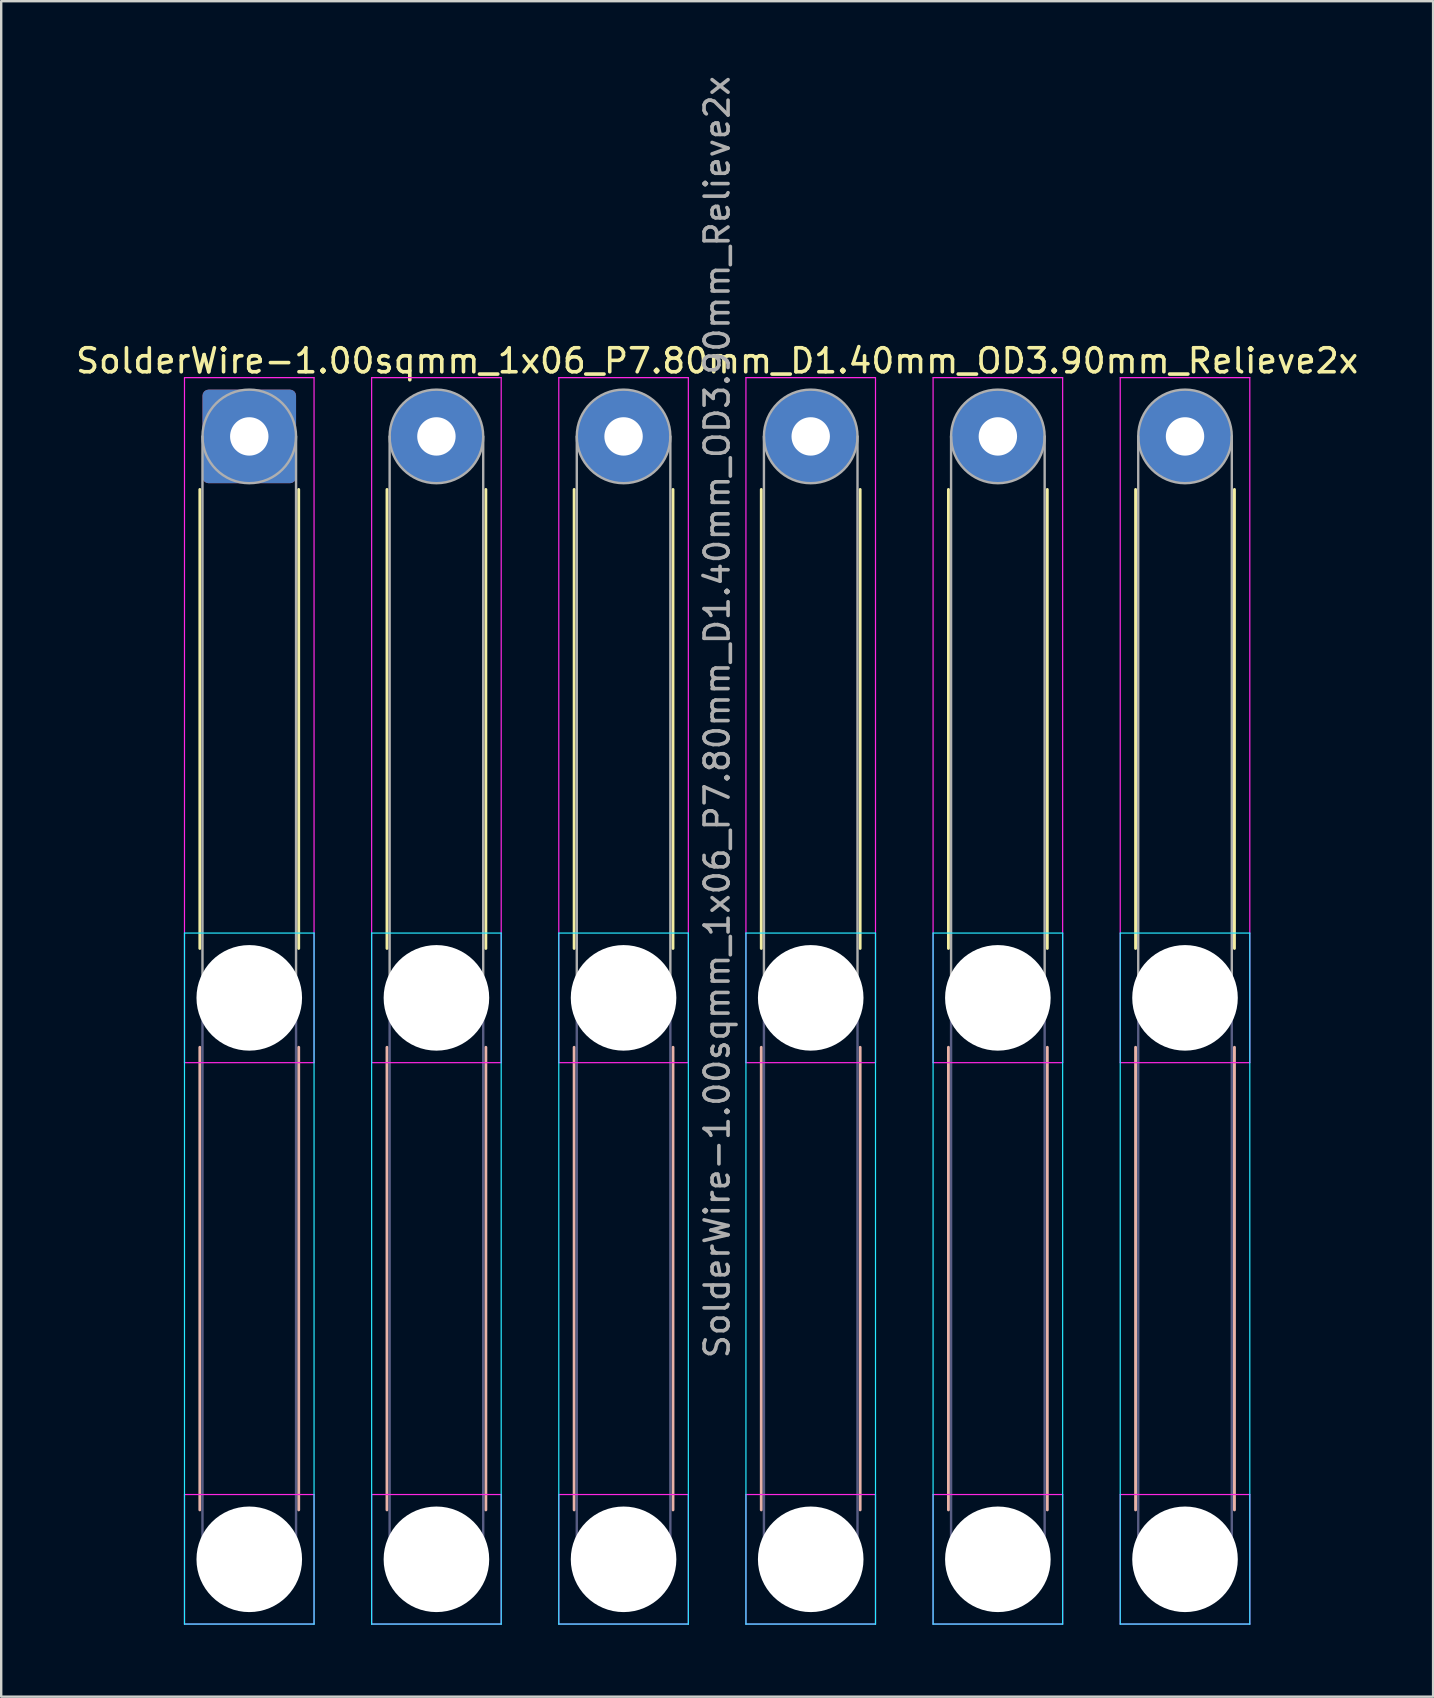
<source format=kicad_pcb>
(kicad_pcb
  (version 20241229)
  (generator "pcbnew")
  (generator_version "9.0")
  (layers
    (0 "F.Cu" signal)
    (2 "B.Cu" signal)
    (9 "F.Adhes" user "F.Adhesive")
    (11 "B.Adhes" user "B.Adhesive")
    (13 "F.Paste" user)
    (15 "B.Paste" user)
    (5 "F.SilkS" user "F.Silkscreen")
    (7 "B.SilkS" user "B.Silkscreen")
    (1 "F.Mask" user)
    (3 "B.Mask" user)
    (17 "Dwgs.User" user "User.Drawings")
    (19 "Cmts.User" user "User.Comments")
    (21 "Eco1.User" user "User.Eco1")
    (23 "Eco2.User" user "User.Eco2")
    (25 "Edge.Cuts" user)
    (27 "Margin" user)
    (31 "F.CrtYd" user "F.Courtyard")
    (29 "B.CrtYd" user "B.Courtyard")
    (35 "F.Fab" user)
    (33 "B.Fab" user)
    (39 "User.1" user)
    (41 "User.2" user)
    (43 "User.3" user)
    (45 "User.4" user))
  (footprint "SolderWire-1.00sqmm_1x06_P7.80mm_D1.40mm_OD3.90mm_Relieve2x"
    (layer "F.Cu")
    (at 7.339 15.139)
    (property "Reference" "SolderWire-1.00sqmm_1x06_P7.80mm_D1.40mm_OD3.90mm_Relieve2x" (at 19.5 -3.15 0) (layer "F.SilkS") (effects (font (size 1 1) (thickness 0.15))))
    (attr exclude_from_pos_files exclude_from_bom)
    (fp_line (start -2.06 2.21) (end -2.06 21.34) (stroke (width 0.12) (type solid)) (layer "F.SilkS"))
    (fp_line (start 2.06 2.21) (end 2.06 21.34) (stroke (width 0.12) (type solid)) (layer "F.SilkS"))
    (fp_line (start 5.74 2.21) (end 5.74 21.34) (stroke (width 0.12) (type solid)) (layer "F.SilkS"))
    (fp_line (start 9.86 2.21) (end 9.86 21.34) (stroke (width 0.12) (type solid)) (layer "F.SilkS"))
    (fp_line (start 13.54 2.21) (end 13.54 21.34) (stroke (width 0.12) (type solid)) (layer "F.SilkS"))
    (fp_line (start 17.66 2.21) (end 17.66 21.34) (stroke (width 0.12) (type solid)) (layer "F.SilkS"))
    (fp_line (start 21.34 2.21) (end 21.34 21.34) (stroke (width 0.12) (type solid)) (layer "F.SilkS"))
    (fp_line (start 25.46 2.21) (end 25.46 21.34) (stroke (width 0.12) (type solid)) (layer "F.SilkS"))
    (fp_line (start 29.14 2.21) (end 29.14 21.34) (stroke (width 0.12) (type solid)) (layer "F.SilkS"))
    (fp_line (start 33.26 2.21) (end 33.26 21.34) (stroke (width 0.12) (type solid)) (layer "F.SilkS"))
    (fp_line (start 36.94 2.21) (end 36.94 21.34) (stroke (width 0.12) (type solid)) (layer "F.SilkS"))
    (fp_line (start 41.06 2.21) (end 41.06 21.34) (stroke (width 0.12) (type solid)) (layer "F.SilkS"))
    (fp_line (start -2.06 25.46) (end -2.06 44.74) (stroke (width 0.12) (type solid)) (layer "B.SilkS"))
    (fp_line (start 2.06 25.46) (end 2.06 44.74) (stroke (width 0.12) (type solid)) (layer "B.SilkS"))
    (fp_line (start 5.74 25.46) (end 5.74 44.74) (stroke (width 0.12) (type solid)) (layer "B.SilkS"))
    (fp_line (start 9.86 25.46) (end 9.86 44.74) (stroke (width 0.12) (type solid)) (layer "B.SilkS"))
    (fp_line (start 13.54 25.46) (end 13.54 44.74) (stroke (width 0.12) (type solid)) (layer "B.SilkS"))
    (fp_line (start 17.66 25.46) (end 17.66 44.74) (stroke (width 0.12) (type solid)) (layer "B.SilkS"))
    (fp_line (start 21.34 25.46) (end 21.34 44.74) (stroke (width 0.12) (type solid)) (layer "B.SilkS"))
    (fp_line (start 25.46 25.46) (end 25.46 44.74) (stroke (width 0.12) (type solid)) (layer "B.SilkS"))
    (fp_line (start 29.14 25.46) (end 29.14 44.74) (stroke (width 0.12) (type solid)) (layer "B.SilkS"))
    (fp_line (start 33.26 25.46) (end 33.26 44.74) (stroke (width 0.12) (type solid)) (layer "B.SilkS"))
    (fp_line (start 36.94 25.46) (end 36.94 44.74) (stroke (width 0.12) (type solid)) (layer "B.SilkS"))
    (fp_line (start 41.06 25.46) (end 41.06 44.74) (stroke (width 0.12) (type solid)) (layer "B.SilkS"))
    (fp_line (start -2.7 20.7) (end -2.7 49.5) (stroke (width 0.05) (type solid)) (layer "B.CrtYd"))
    (fp_line (start -2.7 49.5) (end 2.7 49.5) (stroke (width 0.05) (type solid)) (layer "B.CrtYd"))
    (fp_line (start 2.7 20.7) (end -2.7 20.7) (stroke (width 0.05) (type solid)) (layer "B.CrtYd"))
    (fp_line (start 2.7 49.5) (end 2.7 20.7) (stroke (width 0.05) (type solid)) (layer "B.CrtYd"))
    (fp_line (start 5.1 20.7) (end 5.1 49.5) (stroke (width 0.05) (type solid)) (layer "B.CrtYd"))
    (fp_line (start 5.1 49.5) (end 10.5 49.5) (stroke (width 0.05) (type solid)) (layer "B.CrtYd"))
    (fp_line (start 10.5 20.7) (end 5.1 20.7) (stroke (width 0.05) (type solid)) (layer "B.CrtYd"))
    (fp_line (start 10.5 49.5) (end 10.5 20.7) (stroke (width 0.05) (type solid)) (layer "B.CrtYd"))
    (fp_line (start 12.9 20.7) (end 12.9 49.5) (stroke (width 0.05) (type solid)) (layer "B.CrtYd"))
    (fp_line (start 12.9 49.5) (end 18.3 49.5) (stroke (width 0.05) (type solid)) (layer "B.CrtYd"))
    (fp_line (start 18.3 20.7) (end 12.9 20.7) (stroke (width 0.05) (type solid)) (layer "B.CrtYd"))
    (fp_line (start 18.3 49.5) (end 18.3 20.7) (stroke (width 0.05) (type solid)) (layer "B.CrtYd"))
    (fp_line (start 20.7 20.7) (end 20.7 49.5) (stroke (width 0.05) (type solid)) (layer "B.CrtYd"))
    (fp_line (start 20.7 49.5) (end 26.1 49.5) (stroke (width 0.05) (type solid)) (layer "B.CrtYd"))
    (fp_line (start 26.1 20.7) (end 20.7 20.7) (stroke (width 0.05) (type solid)) (layer "B.CrtYd"))
    (fp_line (start 26.1 49.5) (end 26.1 20.7) (stroke (width 0.05) (type solid)) (layer "B.CrtYd"))
    (fp_line (start 28.5 20.7) (end 28.5 49.5) (stroke (width 0.05) (type solid)) (layer "B.CrtYd"))
    (fp_line (start 28.5 49.5) (end 33.9 49.5) (stroke (width 0.05) (type solid)) (layer "B.CrtYd"))
    (fp_line (start 33.9 20.7) (end 28.5 20.7) (stroke (width 0.05) (type solid)) (layer "B.CrtYd"))
    (fp_line (start 33.9 49.5) (end 33.9 20.7) (stroke (width 0.05) (type solid)) (layer "B.CrtYd"))
    (fp_line (start 36.3 20.7) (end 36.3 49.5) (stroke (width 0.05) (type solid)) (layer "B.CrtYd"))
    (fp_line (start 36.3 49.5) (end 41.7 49.5) (stroke (width 0.05) (type solid)) (layer "B.CrtYd"))
    (fp_line (start 41.7 20.7) (end 36.3 20.7) (stroke (width 0.05) (type solid)) (layer "B.CrtYd"))
    (fp_line (start 41.7 49.5) (end 41.7 20.7) (stroke (width 0.05) (type solid)) (layer "B.CrtYd"))
    (fp_line (start -2.7 -2.45) (end -2.7 26.1) (stroke (width 0.05) (type solid)) (layer "F.CrtYd"))
    (fp_line (start -2.7 26.1) (end 2.7 26.1) (stroke (width 0.05) (type solid)) (layer "F.CrtYd"))
    (fp_line (start -2.7 44.1) (end -2.7 49.5) (stroke (width 0.05) (type solid)) (layer "F.CrtYd"))
    (fp_line (start -2.7 49.5) (end 2.7 49.5) (stroke (width 0.05) (type solid)) (layer "F.CrtYd"))
    (fp_line (start 2.7 -2.45) (end -2.7 -2.45) (stroke (width 0.05) (type solid)) (layer "F.CrtYd"))
    (fp_line (start 2.7 26.1) (end 2.7 -2.45) (stroke (width 0.05) (type solid)) (layer "F.CrtYd"))
    (fp_line (start 2.7 44.1) (end -2.7 44.1) (stroke (width 0.05) (type solid)) (layer "F.CrtYd"))
    (fp_line (start 2.7 49.5) (end 2.7 44.1) (stroke (width 0.05) (type solid)) (layer "F.CrtYd"))
    (fp_line (start 5.1 -2.45) (end 5.1 26.1) (stroke (width 0.05) (type solid)) (layer "F.CrtYd"))
    (fp_line (start 5.1 26.1) (end 10.5 26.1) (stroke (width 0.05) (type solid)) (layer "F.CrtYd"))
    (fp_line (start 5.1 44.1) (end 5.1 49.5) (stroke (width 0.05) (type solid)) (layer "F.CrtYd"))
    (fp_line (start 5.1 49.5) (end 10.5 49.5) (stroke (width 0.05) (type solid)) (layer "F.CrtYd"))
    (fp_line (start 10.5 -2.45) (end 5.1 -2.45) (stroke (width 0.05) (type solid)) (layer "F.CrtYd"))
    (fp_line (start 10.5 26.1) (end 10.5 -2.45) (stroke (width 0.05) (type solid)) (layer "F.CrtYd"))
    (fp_line (start 10.5 44.1) (end 5.1 44.1) (stroke (width 0.05) (type solid)) (layer "F.CrtYd"))
    (fp_line (start 10.5 49.5) (end 10.5 44.1) (stroke (width 0.05) (type solid)) (layer "F.CrtYd"))
    (fp_line (start 12.9 -2.45) (end 12.9 26.1) (stroke (width 0.05) (type solid)) (layer "F.CrtYd"))
    (fp_line (start 12.9 26.1) (end 18.3 26.1) (stroke (width 0.05) (type solid)) (layer "F.CrtYd"))
    (fp_line (start 12.9 44.1) (end 12.9 49.5) (stroke (width 0.05) (type solid)) (layer "F.CrtYd"))
    (fp_line (start 12.9 49.5) (end 18.3 49.5) (stroke (width 0.05) (type solid)) (layer "F.CrtYd"))
    (fp_line (start 18.3 -2.45) (end 12.9 -2.45) (stroke (width 0.05) (type solid)) (layer "F.CrtYd"))
    (fp_line (start 18.3 26.1) (end 18.3 -2.45) (stroke (width 0.05) (type solid)) (layer "F.CrtYd"))
    (fp_line (start 18.3 44.1) (end 12.9 44.1) (stroke (width 0.05) (type solid)) (layer "F.CrtYd"))
    (fp_line (start 18.3 49.5) (end 18.3 44.1) (stroke (width 0.05) (type solid)) (layer "F.CrtYd"))
    (fp_line (start 20.7 -2.45) (end 20.7 26.1) (stroke (width 0.05) (type solid)) (layer "F.CrtYd"))
    (fp_line (start 20.7 26.1) (end 26.1 26.1) (stroke (width 0.05) (type solid)) (layer "F.CrtYd"))
    (fp_line (start 20.7 44.1) (end 20.7 49.5) (stroke (width 0.05) (type solid)) (layer "F.CrtYd"))
    (fp_line (start 20.7 49.5) (end 26.1 49.5) (stroke (width 0.05) (type solid)) (layer "F.CrtYd"))
    (fp_line (start 26.1 -2.45) (end 20.7 -2.45) (stroke (width 0.05) (type solid)) (layer "F.CrtYd"))
    (fp_line (start 26.1 26.1) (end 26.1 -2.45) (stroke (width 0.05) (type solid)) (layer "F.CrtYd"))
    (fp_line (start 26.1 44.1) (end 20.7 44.1) (stroke (width 0.05) (type solid)) (layer "F.CrtYd"))
    (fp_line (start 26.1 49.5) (end 26.1 44.1) (stroke (width 0.05) (type solid)) (layer "F.CrtYd"))
    (fp_line (start 28.5 -2.45) (end 28.5 26.1) (stroke (width 0.05) (type solid)) (layer "F.CrtYd"))
    (fp_line (start 28.5 26.1) (end 33.9 26.1) (stroke (width 0.05) (type solid)) (layer "F.CrtYd"))
    (fp_line (start 28.5 44.1) (end 28.5 49.5) (stroke (width 0.05) (type solid)) (layer "F.CrtYd"))
    (fp_line (start 28.5 49.5) (end 33.9 49.5) (stroke (width 0.05) (type solid)) (layer "F.CrtYd"))
    (fp_line (start 33.9 -2.45) (end 28.5 -2.45) (stroke (width 0.05) (type solid)) (layer "F.CrtYd"))
    (fp_line (start 33.9 26.1) (end 33.9 -2.45) (stroke (width 0.05) (type solid)) (layer "F.CrtYd"))
    (fp_line (start 33.9 44.1) (end 28.5 44.1) (stroke (width 0.05) (type solid)) (layer "F.CrtYd"))
    (fp_line (start 33.9 49.5) (end 33.9 44.1) (stroke (width 0.05) (type solid)) (layer "F.CrtYd"))
    (fp_line (start 36.3 -2.45) (end 36.3 26.1) (stroke (width 0.05) (type solid)) (layer "F.CrtYd"))
    (fp_line (start 36.3 26.1) (end 41.7 26.1) (stroke (width 0.05) (type solid)) (layer "F.CrtYd"))
    (fp_line (start 36.3 44.1) (end 36.3 49.5) (stroke (width 0.05) (type solid)) (layer "F.CrtYd"))
    (fp_line (start 36.3 49.5) (end 41.7 49.5) (stroke (width 0.05) (type solid)) (layer "F.CrtYd"))
    (fp_line (start 41.7 -2.45) (end 36.3 -2.45) (stroke (width 0.05) (type solid)) (layer "F.CrtYd"))
    (fp_line (start 41.7 26.1) (end 41.7 -2.45) (stroke (width 0.05) (type solid)) (layer "F.CrtYd"))
    (fp_line (start 41.7 44.1) (end 36.3 44.1) (stroke (width 0.05) (type solid)) (layer "F.CrtYd"))
    (fp_line (start 41.7 49.5) (end 41.7 44.1) (stroke (width 0.05) (type solid)) (layer "F.CrtYd"))
    (fp_line (start -1.95 23.4) (end -1.95 46.8) (stroke (width 0.1) (type solid)) (layer "B.Fab"))
    (fp_line (start 1.95 23.4) (end 1.95 46.8) (stroke (width 0.1) (type solid)) (layer "B.Fab"))
    (fp_line (start 5.85 23.4) (end 5.85 46.8) (stroke (width 0.1) (type solid)) (layer "B.Fab"))
    (fp_line (start 9.75 23.4) (end 9.75 46.8) (stroke (width 0.1) (type solid)) (layer "B.Fab"))
    (fp_line (start 13.65 23.4) (end 13.65 46.8) (stroke (width 0.1) (type solid)) (layer "B.Fab"))
    (fp_line (start 17.55 23.4) (end 17.55 46.8) (stroke (width 0.1) (type solid)) (layer "B.Fab"))
    (fp_line (start 21.45 23.4) (end 21.45 46.8) (stroke (width 0.1) (type solid)) (layer "B.Fab"))
    (fp_line (start 25.35 23.4) (end 25.35 46.8) (stroke (width 0.1) (type solid)) (layer "B.Fab"))
    (fp_line (start 29.25 23.4) (end 29.25 46.8) (stroke (width 0.1) (type solid)) (layer "B.Fab"))
    (fp_line (start 33.15 23.4) (end 33.15 46.8) (stroke (width 0.1) (type solid)) (layer "B.Fab"))
    (fp_line (start 37.05 23.4) (end 37.05 46.8) (stroke (width 0.1) (type solid)) (layer "B.Fab"))
    (fp_line (start 40.95 23.4) (end 40.95 46.8) (stroke (width 0.1) (type solid)) (layer "B.Fab"))
    (fp_circle (center 0 23.4) (end 1.95 23.4) (stroke (width 0.1) (type solid)) (fill no) (layer "B.Fab"))
    (fp_circle (center 0 46.8) (end 1.95 46.8) (stroke (width 0.1) (type solid)) (fill no) (layer "B.Fab"))
    (fp_circle (center 7.8 23.4) (end 9.75 23.4) (stroke (width 0.1) (type solid)) (fill no) (layer "B.Fab"))
    (fp_circle (center 7.8 46.8) (end 9.75 46.8) (stroke (width 0.1) (type solid)) (fill no) (layer "B.Fab"))
    (fp_circle (center 15.6 23.4) (end 17.55 23.4) (stroke (width 0.1) (type solid)) (fill no) (layer "B.Fab"))
    (fp_circle (center 15.6 46.8) (end 17.55 46.8) (stroke (width 0.1) (type solid)) (fill no) (layer "B.Fab"))
    (fp_circle (center 23.4 23.4) (end 25.35 23.4) (stroke (width 0.1) (type solid)) (fill no) (layer "B.Fab"))
    (fp_circle (center 23.4 46.8) (end 25.35 46.8) (stroke (width 0.1) (type solid)) (fill no) (layer "B.Fab"))
    (fp_circle (center 31.2 23.4) (end 33.15 23.4) (stroke (width 0.1) (type solid)) (fill no) (layer "B.Fab"))
    (fp_circle (center 31.2 46.8) (end 33.15 46.8) (stroke (width 0.1) (type solid)) (fill no) (layer "B.Fab"))
    (fp_circle (center 39 23.4) (end 40.95 23.4) (stroke (width 0.1) (type solid)) (fill no) (layer "B.Fab"))
    (fp_circle (center 39 46.8) (end 40.95 46.8) (stroke (width 0.1) (type solid)) (fill no) (layer "B.Fab"))
    (fp_line (start -1.95 0) (end -1.95 23.4) (stroke (width 0.1) (type solid)) (layer "F.Fab"))
    (fp_line (start 1.95 0) (end 1.95 23.4) (stroke (width 0.1) (type solid)) (layer "F.Fab"))
    (fp_line (start 5.85 0) (end 5.85 23.4) (stroke (width 0.1) (type solid)) (layer "F.Fab"))
    (fp_line (start 9.75 0) (end 9.75 23.4) (stroke (width 0.1) (type solid)) (layer "F.Fab"))
    (fp_line (start 13.65 0) (end 13.65 23.4) (stroke (width 0.1) (type solid)) (layer "F.Fab"))
    (fp_line (start 17.55 0) (end 17.55 23.4) (stroke (width 0.1) (type solid)) (layer "F.Fab"))
    (fp_line (start 21.45 0) (end 21.45 23.4) (stroke (width 0.1) (type solid)) (layer "F.Fab"))
    (fp_line (start 25.35 0) (end 25.35 23.4) (stroke (width 0.1) (type solid)) (layer "F.Fab"))
    (fp_line (start 29.25 0) (end 29.25 23.4) (stroke (width 0.1) (type solid)) (layer "F.Fab"))
    (fp_line (start 33.15 0) (end 33.15 23.4) (stroke (width 0.1) (type solid)) (layer "F.Fab"))
    (fp_line (start 37.05 0) (end 37.05 23.4) (stroke (width 0.1) (type solid)) (layer "F.Fab"))
    (fp_line (start 40.95 0) (end 40.95 23.4) (stroke (width 0.1) (type solid)) (layer "F.Fab"))
    (fp_circle (center 0 0) (end 1.95 0) (stroke (width 0.1) (type solid)) (fill no) (layer "F.Fab"))
    (fp_circle (center 0 23.4) (end 1.95 23.4) (stroke (width 0.1) (type solid)) (fill no) (layer "F.Fab"))
    (fp_circle (center 0 46.8) (end 1.95 46.8) (stroke (width 0.1) (type solid)) (fill no) (layer "F.Fab"))
    (fp_circle (center 7.8 0) (end 9.75 0) (stroke (width 0.1) (type solid)) (fill no) (layer "F.Fab"))
    (fp_circle (center 7.8 23.4) (end 9.75 23.4) (stroke (width 0.1) (type solid)) (fill no) (layer "F.Fab"))
    (fp_circle (center 7.8 46.8) (end 9.75 46.8) (stroke (width 0.1) (type solid)) (fill no) (layer "F.Fab"))
    (fp_circle (center 15.6 0) (end 17.55 0) (stroke (width 0.1) (type solid)) (fill no) (layer "F.Fab"))
    (fp_circle (center 15.6 23.4) (end 17.55 23.4) (stroke (width 0.1) (type solid)) (fill no) (layer "F.Fab"))
    (fp_circle (center 15.6 46.8) (end 17.55 46.8) (stroke (width 0.1) (type solid)) (fill no) (layer "F.Fab"))
    (fp_circle (center 23.4 0) (end 25.35 0) (stroke (width 0.1) (type solid)) (fill no) (layer "F.Fab"))
    (fp_circle (center 23.4 23.4) (end 25.35 23.4) (stroke (width 0.1) (type solid)) (fill no) (layer "F.Fab"))
    (fp_circle (center 23.4 46.8) (end 25.35 46.8) (stroke (width 0.1) (type solid)) (fill no) (layer "F.Fab"))
    (fp_circle (center 31.2 0) (end 33.15 0) (stroke (width 0.1) (type solid)) (fill no) (layer "F.Fab"))
    (fp_circle (center 31.2 23.4) (end 33.15 23.4) (stroke (width 0.1) (type solid)) (fill no) (layer "F.Fab"))
    (fp_circle (center 31.2 46.8) (end 33.15 46.8) (stroke (width 0.1) (type solid)) (fill no) (layer "F.Fab"))
    (fp_circle (center 39 0) (end 40.95 0) (stroke (width 0.1) (type solid)) (fill no) (layer "F.Fab"))
    (fp_circle (center 39 23.4) (end 40.95 23.4) (stroke (width 0.1) (type solid)) (fill no) (layer "F.Fab"))
    (fp_circle (center 39 46.8) (end 40.95 46.8) (stroke (width 0.1) (type solid)) (fill no) (layer "F.Fab"))
    (fp_text user "${REFERENCE}" (at 19.5 11.7 90) (layer "F.Fab") (effects (font (size 1 1) (thickness 0.15))))
    (pad "" np_thru_hole circle (at 0 23.4) (size 4.4 4.4) (drill 4.4) (layers "*.Cu" "*.Mask"))
    (pad "" np_thru_hole circle (at 0 46.8) (size 4.4 4.4) (drill 4.4) (layers "*.Cu" "*.Mask"))
    (pad "" np_thru_hole circle (at 7.8 23.4) (size 4.4 4.4) (drill 4.4) (layers "*.Cu" "*.Mask"))
    (pad "" np_thru_hole circle (at 7.8 46.8) (size 4.4 4.4) (drill 4.4) (layers "*.Cu" "*.Mask"))
    (pad "" np_thru_hole circle (at 15.6 23.4) (size 4.4 4.4) (drill 4.4) (layers "*.Cu" "*.Mask"))
    (pad "" np_thru_hole circle (at 15.6 46.8) (size 4.4 4.4) (drill 4.4) (layers "*.Cu" "*.Mask"))
    (pad "" np_thru_hole circle (at 23.4 23.4) (size 4.4 4.4) (drill 4.4) (layers "*.Cu" "*.Mask"))
    (pad "" np_thru_hole circle (at 23.4 46.8) (size 4.4 4.4) (drill 4.4) (layers "*.Cu" "*.Mask"))
    (pad "" np_thru_hole circle (at 31.2 23.4) (size 4.4 4.4) (drill 4.4) (layers "*.Cu" "*.Mask"))
    (pad "" np_thru_hole circle (at 31.2 46.8) (size 4.4 4.4) (drill 4.4) (layers "*.Cu" "*.Mask"))
    (pad "" np_thru_hole circle (at 39 23.4) (size 4.4 4.4) (drill 4.4) (layers "*.Cu" "*.Mask"))
    (pad "" np_thru_hole circle (at 39 46.8) (size 4.4 4.4) (drill 4.4) (layers "*.Cu" "*.Mask"))
    (pad "1" thru_hole roundrect (at 0 0) (size 3.9 3.9) (drill 1.6) (layers "*.Cu" "*.Mask") (roundrect_rratio 0.064))
    (pad "2" thru_hole circle (at 7.8 0) (size 3.9 3.9) (drill 1.6) (layers "*.Cu" "*.Mask"))
    (pad "3" thru_hole circle (at 15.6 0) (size 3.9 3.9) (drill 1.6) (layers "*.Cu" "*.Mask"))
    (pad "4" thru_hole circle (at 23.4 0) (size 3.9 3.9) (drill 1.6) (layers "*.Cu" "*.Mask"))
    (pad "5" thru_hole circle (at 31.2 0) (size 3.9 3.9) (drill 1.6) (layers "*.Cu" "*.Mask"))
    (pad "6" thru_hole circle (at 39 0) (size 3.9 3.9) (drill 1.6) (layers "*.Cu" "*.Mask")))
  (gr_rect
    (start -3 -3)
    (end 56.679 67.664)
    (stroke (width 0.1) (type default))
    (fill no)
    (layer "Edge.Cuts")))
</source>
